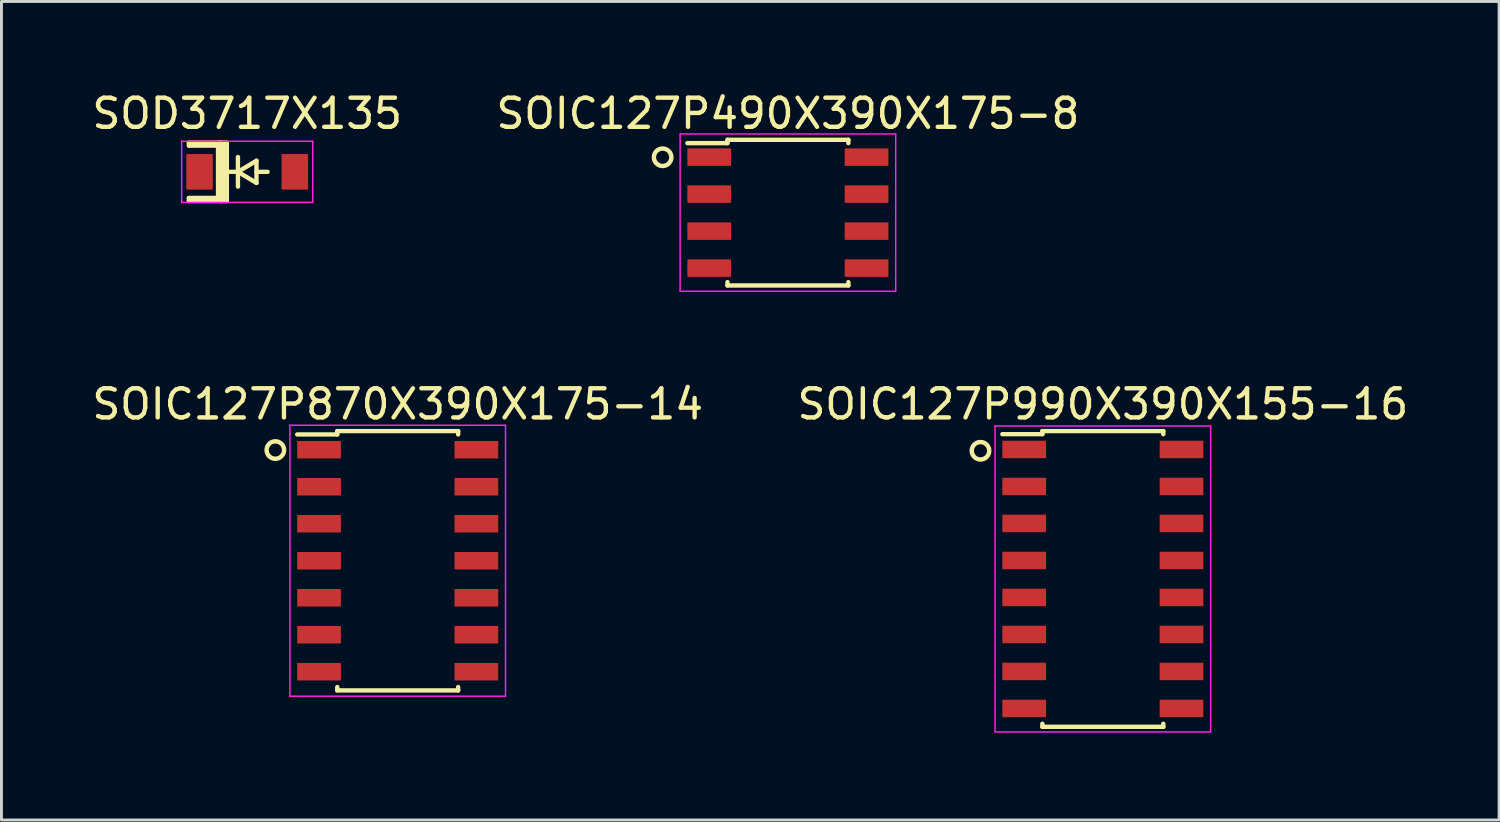
<source format=kicad_pcb>
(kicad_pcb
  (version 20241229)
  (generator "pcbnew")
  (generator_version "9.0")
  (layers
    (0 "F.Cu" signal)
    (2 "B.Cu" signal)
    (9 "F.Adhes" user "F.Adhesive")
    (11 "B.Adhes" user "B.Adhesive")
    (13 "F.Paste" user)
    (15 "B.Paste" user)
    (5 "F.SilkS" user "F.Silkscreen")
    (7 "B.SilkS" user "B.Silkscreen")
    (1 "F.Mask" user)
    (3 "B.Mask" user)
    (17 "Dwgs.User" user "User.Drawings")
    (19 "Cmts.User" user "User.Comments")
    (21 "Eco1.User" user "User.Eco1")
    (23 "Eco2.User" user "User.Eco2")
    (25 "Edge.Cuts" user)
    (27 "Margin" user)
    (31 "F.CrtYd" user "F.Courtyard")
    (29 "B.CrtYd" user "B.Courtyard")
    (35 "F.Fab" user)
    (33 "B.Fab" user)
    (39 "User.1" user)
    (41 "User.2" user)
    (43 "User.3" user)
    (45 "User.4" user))
  (footprint "SOIC127P490X390X175-8"
    (layer "F.Cu")
    (at 23.994 4.248)
    (property "Reference" "SOIC127P490X390X175-8" (at 0 -3.4 0) (layer "F.SilkS") (effects (font (size 1 1) (thickness 0.15))))
    (attr smd)
    (fp_line (start -2.075 -2.5) (end -2.075 -2.385) (stroke (width 0.15) (type solid)) (layer "F.SilkS"))
    (fp_line (start -2.075 -2.5) (end 2.075 -2.5) (stroke (width 0.15) (type solid)) (layer "F.SilkS"))
    (fp_line (start -2.075 -2.385) (end -3.45 -2.385) (stroke (width 0.15) (type solid)) (layer "F.SilkS"))
    (fp_line (start -2.075 2.5) (end -2.075 2.385) (stroke (width 0.15) (type solid)) (layer "F.SilkS"))
    (fp_line (start -2.075 2.5) (end 2.075 2.5) (stroke (width 0.15) (type solid)) (layer "F.SilkS"))
    (fp_line (start 2.075 -2.5) (end 2.075 -2.385) (stroke (width 0.15) (type solid)) (layer "F.SilkS"))
    (fp_line (start 2.075 2.5) (end 2.075 2.385) (stroke (width 0.15) (type solid)) (layer "F.SilkS"))
    (fp_circle (center -4.3 -1.9) (end -4 -1.9) (stroke (width 0.152) (type solid)) (fill no) (layer "F.SilkS"))
    (fp_line (start -3.7 -2.7) (end -3.7 2.7) (stroke (width 0.05) (type solid)) (layer "F.CrtYd"))
    (fp_line (start -3.7 -2.7) (end 3.7 -2.7) (stroke (width 0.05) (type solid)) (layer "F.CrtYd"))
    (fp_line (start -3.7 2.7) (end 3.7 2.7) (stroke (width 0.05) (type solid)) (layer "F.CrtYd"))
    (fp_line (start 3.7 -2.7) (end 3.7 2.7) (stroke (width 0.05) (type solid)) (layer "F.CrtYd"))
    (pad "1" smd rect (at -2.7 -1.905) (size 1.5 0.6) (layers "F.Cu" "F.Mask" "F.Paste"))
    (pad "2" smd rect (at -2.7 -0.635) (size 1.5 0.6) (layers "F.Cu" "F.Mask" "F.Paste"))
    (pad "3" smd rect (at -2.7 0.635) (size 1.5 0.6) (layers "F.Cu" "F.Mask" "F.Paste"))
    (pad "4" smd rect (at -2.7 1.905) (size 1.5 0.6) (layers "F.Cu" "F.Mask" "F.Paste"))
    (pad "5" smd rect (at 2.7 1.905) (size 1.5 0.6) (layers "F.Cu" "F.Mask" "F.Paste"))
    (pad "6" smd rect (at 2.7 0.635) (size 1.5 0.6) (layers "F.Cu" "F.Mask" "F.Paste"))
    (pad "7" smd rect (at 2.7 -0.635) (size 1.5 0.6) (layers "F.Cu" "F.Mask" "F.Paste"))
    (pad "8" smd rect (at 2.7 -1.905) (size 1.5 0.6) (layers "F.Cu" "F.Mask" "F.Paste")))
  (footprint "SOIC127P870X390X175-14"
    (layer "F.Cu")
    (at 10.601 16.197)
    (property "Reference" "SOIC127P870X390X175-14" (at 0 -5.375 0) (layer "F.SilkS") (effects (font (size 1 1) (thickness 0.15))))
    (attr smd)
    (fp_line (start -2.075 -4.45) (end -2.075 -4.335) (stroke (width 0.15) (type solid)) (layer "F.SilkS"))
    (fp_line (start -2.075 -4.45) (end 2.075 -4.45) (stroke (width 0.15) (type solid)) (layer "F.SilkS"))
    (fp_line (start -2.075 -4.335) (end -3.45 -4.335) (stroke (width 0.15) (type solid)) (layer "F.SilkS"))
    (fp_line (start -2.075 4.45) (end -2.075 4.335) (stroke (width 0.15) (type solid)) (layer "F.SilkS"))
    (fp_line (start -2.075 4.45) (end 2.075 4.45) (stroke (width 0.15) (type solid)) (layer "F.SilkS"))
    (fp_line (start 2.075 -4.45) (end 2.075 -4.335) (stroke (width 0.15) (type solid)) (layer "F.SilkS"))
    (fp_line (start 2.075 4.45) (end 2.075 4.335) (stroke (width 0.15) (type solid)) (layer "F.SilkS"))
    (fp_circle (center -4.2 -3.8) (end -3.9 -3.8) (stroke (width 0.152) (type solid)) (fill no) (layer "F.SilkS"))
    (fp_line (start -3.7 -4.65) (end -3.7 4.65) (stroke (width 0.05) (type solid)) (layer "F.CrtYd"))
    (fp_line (start -3.7 -4.65) (end 3.7 -4.65) (stroke (width 0.05) (type solid)) (layer "F.CrtYd"))
    (fp_line (start -3.7 4.65) (end 3.7 4.65) (stroke (width 0.05) (type solid)) (layer "F.CrtYd"))
    (fp_line (start 3.7 -4.65) (end 3.7 4.65) (stroke (width 0.05) (type solid)) (layer "F.CrtYd"))
    (pad "1" smd rect (at -2.7 -3.81) (size 1.5 0.6) (layers "F.Cu" "F.Mask" "F.Paste"))
    (pad "2" smd rect (at -2.7 -2.54) (size 1.5 0.6) (layers "F.Cu" "F.Mask" "F.Paste"))
    (pad "3" smd rect (at -2.7 -1.27) (size 1.5 0.6) (layers "F.Cu" "F.Mask" "F.Paste"))
    (pad "4" smd rect (at -2.7 0) (size 1.5 0.6) (layers "F.Cu" "F.Mask" "F.Paste"))
    (pad "5" smd rect (at -2.7 1.27) (size 1.5 0.6) (layers "F.Cu" "F.Mask" "F.Paste"))
    (pad "6" smd rect (at -2.7 2.54) (size 1.5 0.6) (layers "F.Cu" "F.Mask" "F.Paste"))
    (pad "7" smd rect (at -2.7 3.81) (size 1.5 0.6) (layers "F.Cu" "F.Mask" "F.Paste"))
    (pad "8" smd rect (at 2.7 3.81) (size 1.5 0.6) (layers "F.Cu" "F.Mask" "F.Paste"))
    (pad "9" smd rect (at 2.7 2.54) (size 1.5 0.6) (layers "F.Cu" "F.Mask" "F.Paste"))
    (pad "10" smd rect (at 2.7 1.27) (size 1.5 0.6) (layers "F.Cu" "F.Mask" "F.Paste"))
    (pad "11" smd rect (at 2.7 0) (size 1.5 0.6) (layers "F.Cu" "F.Mask" "F.Paste"))
    (pad "12" smd rect (at 2.7 -1.27) (size 1.5 0.6) (layers "F.Cu" "F.Mask" "F.Paste"))
    (pad "13" smd rect (at 2.7 -2.54) (size 1.5 0.6) (layers "F.Cu" "F.Mask" "F.Paste"))
    (pad "14" smd rect (at 2.7 -3.81) (size 1.5 0.6) (layers "F.Cu" "F.Mask" "F.Paste")))
  (footprint "SOIC127P990X390X155-16"
    (layer "F.Cu")
    (at 34.804 16.822)
    (property "Reference" "SOIC127P990X390X155-16" (at 0 -6 0) (layer "F.SilkS") (effects (font (size 1 1) (thickness 0.15))))
    (attr smd)
    (fp_line (start -2.075 -5.075) (end -2.075 -4.97) (stroke (width 0.15) (type solid)) (layer "F.SilkS"))
    (fp_line (start -2.075 -5.075) (end 2.075 -5.075) (stroke (width 0.15) (type solid)) (layer "F.SilkS"))
    (fp_line (start -2.075 -4.97) (end -3.45 -4.97) (stroke (width 0.15) (type solid)) (layer "F.SilkS"))
    (fp_line (start -2.075 5.075) (end -2.075 4.97) (stroke (width 0.15) (type solid)) (layer "F.SilkS"))
    (fp_line (start -2.075 5.075) (end 2.075 5.075) (stroke (width 0.15) (type solid)) (layer "F.SilkS"))
    (fp_line (start 2.075 -5.075) (end 2.075 -4.97) (stroke (width 0.15) (type solid)) (layer "F.SilkS"))
    (fp_line (start 2.075 5.075) (end 2.075 4.97) (stroke (width 0.15) (type solid)) (layer "F.SilkS"))
    (fp_circle (center -4.2 -4.4) (end -3.9 -4.4) (stroke (width 0.152) (type solid)) (fill no) (layer "F.SilkS"))
    (fp_line (start -3.7 -5.25) (end -3.7 5.25) (stroke (width 0.05) (type solid)) (layer "F.CrtYd"))
    (fp_line (start -3.7 -5.25) (end 3.7 -5.25) (stroke (width 0.05) (type solid)) (layer "F.CrtYd"))
    (fp_line (start -3.7 5.25) (end 3.7 5.25) (stroke (width 0.05) (type solid)) (layer "F.CrtYd"))
    (fp_line (start 3.7 -5.25) (end 3.7 5.25) (stroke (width 0.05) (type solid)) (layer "F.CrtYd"))
    (pad "1" smd rect (at -2.7 -4.445) (size 1.5 0.6) (layers "F.Cu" "F.Mask" "F.Paste"))
    (pad "2" smd rect (at -2.7 -3.175) (size 1.5 0.6) (layers "F.Cu" "F.Mask" "F.Paste"))
    (pad "3" smd rect (at -2.7 -1.905) (size 1.5 0.6) (layers "F.Cu" "F.Mask" "F.Paste"))
    (pad "4" smd rect (at -2.7 -0.635) (size 1.5 0.6) (layers "F.Cu" "F.Mask" "F.Paste"))
    (pad "5" smd rect (at -2.7 0.635) (size 1.5 0.6) (layers "F.Cu" "F.Mask" "F.Paste"))
    (pad "6" smd rect (at -2.7 1.905) (size 1.5 0.6) (layers "F.Cu" "F.Mask" "F.Paste"))
    (pad "7" smd rect (at -2.7 3.175) (size 1.5 0.6) (layers "F.Cu" "F.Mask" "F.Paste"))
    (pad "8" smd rect (at -2.7 4.445) (size 1.5 0.6) (layers "F.Cu" "F.Mask" "F.Paste"))
    (pad "9" smd rect (at 2.7 4.445) (size 1.5 0.6) (layers "F.Cu" "F.Mask" "F.Paste"))
    (pad "10" smd rect (at 2.7 3.175) (size 1.5 0.6) (layers "F.Cu" "F.Mask" "F.Paste"))
    (pad "11" smd rect (at 2.7 1.905) (size 1.5 0.6) (layers "F.Cu" "F.Mask" "F.Paste"))
    (pad "12" smd rect (at 2.7 0.635) (size 1.5 0.6) (layers "F.Cu" "F.Mask" "F.Paste"))
    (pad "13" smd rect (at 2.7 -0.635) (size 1.5 0.6) (layers "F.Cu" "F.Mask" "F.Paste"))
    (pad "14" smd rect (at 2.7 -1.905) (size 1.5 0.6) (layers "F.Cu" "F.Mask" "F.Paste"))
    (pad "15" smd rect (at 2.7 -3.175) (size 1.5 0.6) (layers "F.Cu" "F.Mask" "F.Paste"))
    (pad "16" smd rect (at 2.7 -4.445) (size 1.5 0.6) (layers "F.Cu" "F.Mask" "F.Paste")))
  (footprint "SOD3717X135"
    (layer "F.Cu")
    (at 5.435 2.848)
    (property "Reference" "SOD3717X135" (at 0 -2 0) (layer "F.SilkS") (effects (font (size 1 1) (thickness 0.15))))
    (attr smd)
    (fp_line (start -2 -1) (end -2 -0.9) (stroke (width 0.152) (type solid)) (layer "F.SilkS"))
    (fp_line (start -2 -0.9) (end -1 -0.9) (stroke (width 0.15) (type solid)) (layer "F.SilkS"))
    (fp_line (start -2 0.9) (end -2 1) (stroke (width 0.152) (type solid)) (layer "F.SilkS"))
    (fp_line (start -2 0.9) (end -1 0.9) (stroke (width 0.15) (type solid)) (layer "F.SilkS"))
    (fp_line (start -2 1) (end -0.9 1) (stroke (width 0.152) (type solid)) (layer "F.SilkS"))
    (fp_line (start -1 -1) (end -0.7 -1) (stroke (width 0.152) (type solid)) (layer "F.SilkS"))
    (fp_line (start -1 -0.9) (end -1 0.9) (stroke (width 0.152) (type solid)) (layer "F.SilkS"))
    (fp_line (start -1 0.9) (end -2 0.9) (stroke (width 0.152) (type solid)) (layer "F.SilkS"))
    (fp_line (start -0.9 -1) (end -2 -1) (stroke (width 0.152) (type solid)) (layer "F.SilkS"))
    (fp_line (start -0.9 0.9) (end -0.8 0.9) (stroke (width 0.152) (type solid)) (layer "F.SilkS"))
    (fp_line (start -0.9 1) (end -0.9 -1) (stroke (width 0.152) (type solid)) (layer "F.SilkS"))
    (fp_line (start -0.9 1) (end -0.9 0.9) (stroke (width 0.152) (type solid)) (layer "F.SilkS"))
    (fp_line (start -0.8 0.9) (end -0.8 -0.9) (stroke (width 0.152) (type solid)) (layer "F.SilkS"))
    (fp_line (start -0.7 -1) (end -0.7 1) (stroke (width 0.152) (type solid)) (layer "F.SilkS"))
    (fp_line (start -0.7 1) (end -0.9 1) (stroke (width 0.152) (type solid)) (layer "F.SilkS"))
    (fp_line (start -0.699 0) (end -0.318 0) (stroke (width 0.15) (type solid)) (layer "F.SilkS"))
    (fp_line (start -0.318 -0.508) (end -0.318 0.508) (stroke (width 0.15) (type solid)) (layer "F.SilkS"))
    (fp_line (start -0.318 0) (end 0.318 -0.381) (stroke (width 0.15) (type solid)) (layer "F.SilkS"))
    (fp_line (start 0.318 -0.381) (end 0.318 0.381) (stroke (width 0.15) (type solid)) (layer "F.SilkS"))
    (fp_line (start 0.318 0) (end 0.699 0) (stroke (width 0.15) (type solid)) (layer "F.SilkS"))
    (fp_line (start 0.318 0.381) (end -0.318 0) (stroke (width 0.15) (type solid)) (layer "F.SilkS"))
    (fp_line (start -2.25 -1.05) (end -2.25 1.05) (stroke (width 0.05) (type solid)) (layer "F.CrtYd"))
    (fp_line (start -2.25 -1.05) (end 2.25 -1.05) (stroke (width 0.05) (type solid)) (layer "F.CrtYd"))
    (fp_line (start 2.25 -1.05) (end 2.25 1.05) (stroke (width 0.05) (type solid)) (layer "F.CrtYd"))
    (fp_line (start 2.25 1.05) (end -2.25 1.05) (stroke (width 0.05) (type solid)) (layer "F.CrtYd"))
    (pad "1" smd rect (at -1.635 0) (size 0.91 1.22) (layers "F.Cu" "F.Mask" "F.Paste"))
    (pad "2" smd rect (at 1.635 0) (size 0.91 1.22) (layers "F.Cu" "F.Mask" "F.Paste")))
  (gr_rect
    (start -3 -3)
    (end 48.405 25.096)
    (stroke (width 0.1) (type default))
    (fill no)
    (layer "Edge.Cuts")))
</source>
